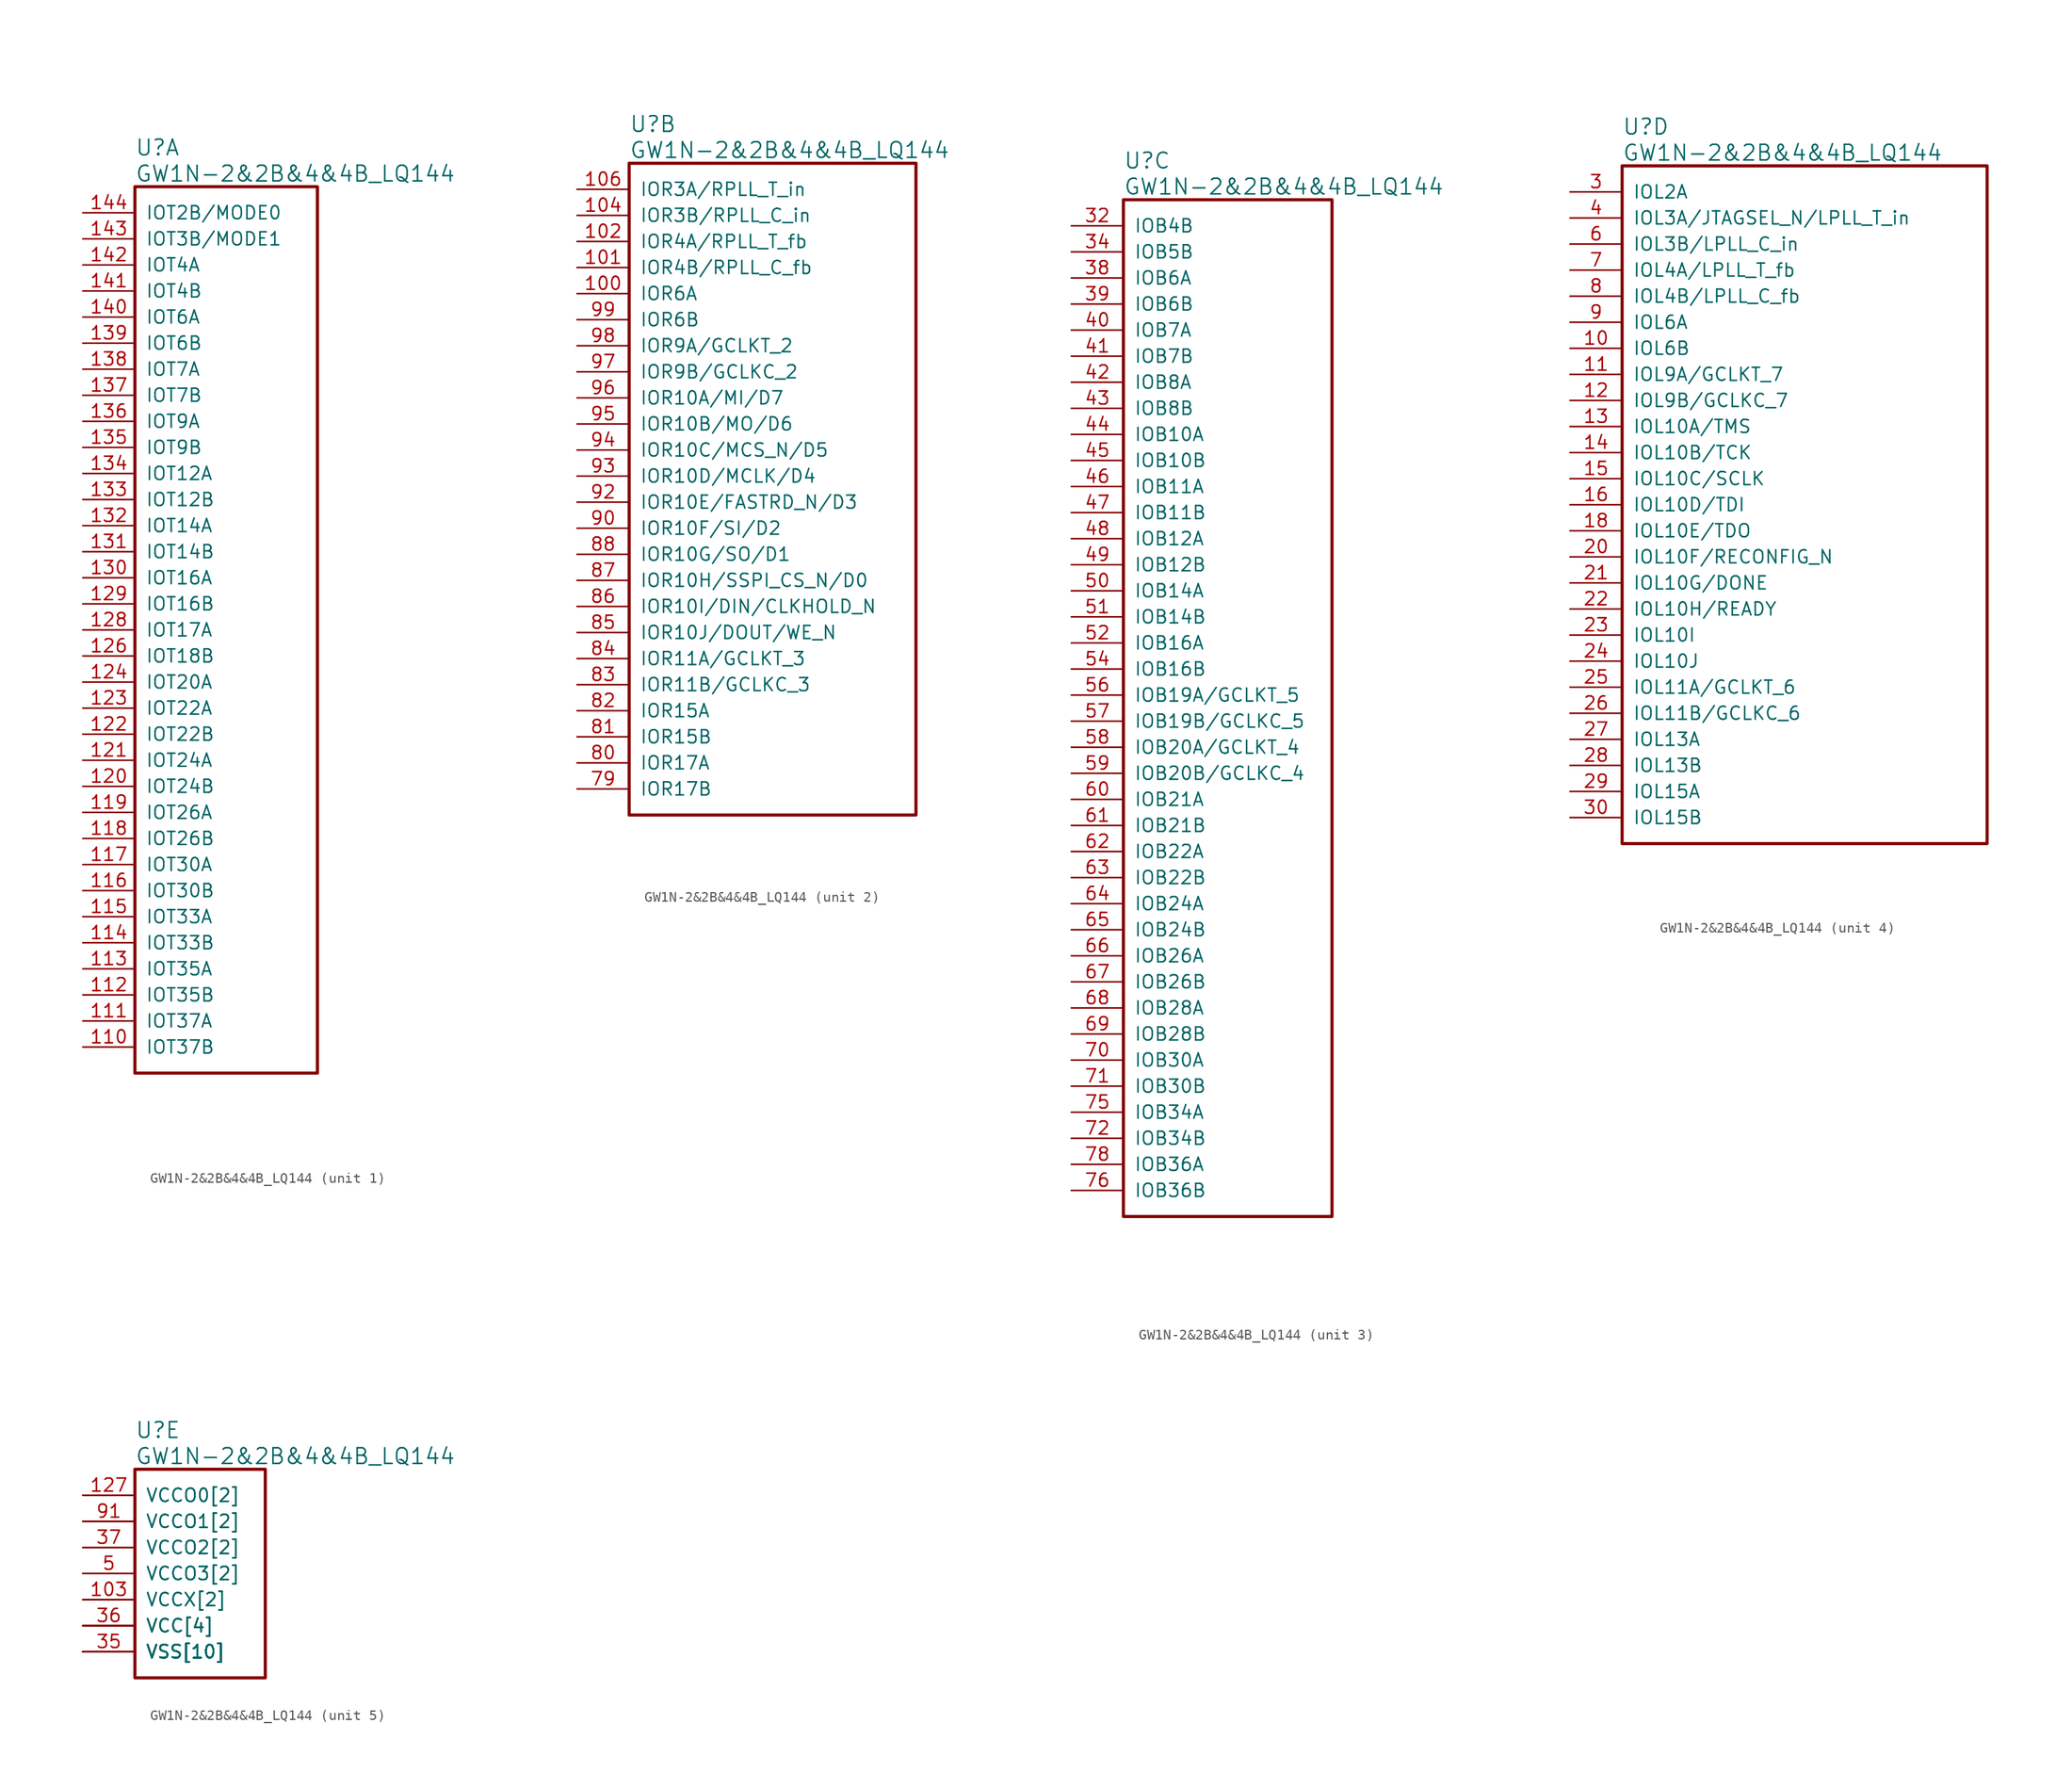
<source format=kicad_sym>
(kicad_symbol_lib
  (version 20211014)
  (generator kicad_symbol_editor)
  (symbol "GW1N-2&2B&4&4B_LQ144"
    (pin_names
      (offset 1.016))
    (property "Reference" "U"
      (at 5.08 6.35 0)
      (effects (font (size 1.524 1.524)) (justify left)))
    (property "Value" "GW1N-2&2B&4&4B_LQ144"
      (at 5.08 3.81 0)
      (effects (font (size 1.524 1.524)) (justify left)))
    (property "ki_locked" ""
      (at 0 0 0)
      (effects (font (size 1.27 1.27))))
    (symbol "GW1N-2&2B&4&4B_LQ144_1_1"
      (rectangle (start 5.08 2.54) (end 22.86 -83.82) (stroke (width 0.305) (type default) (color 0 0 0 0)) (fill (type none)))
      (pin bidirectional line (at 0 -81.28 0) (length 5.08) (name "IOT37B" (effects (font (size 1.27 1.27)))) (number "110" (effects (font (size 1.27 1.27)))))
      (pin bidirectional line (at 0 -78.74 0) (length 5.08) (name "IOT37A" (effects (font (size 1.27 1.27)))) (number "111" (effects (font (size 1.27 1.27)))))
      (pin bidirectional line (at 0 -76.2 0) (length 5.08) (name "IOT35B" (effects (font (size 1.27 1.27)))) (number "112" (effects (font (size 1.27 1.27)))))
      (pin bidirectional line (at 0 -73.66 0) (length 5.08) (name "IOT35A" (effects (font (size 1.27 1.27)))) (number "113" (effects (font (size 1.27 1.27)))))
      (pin bidirectional line (at 0 -71.12 0) (length 5.08) (name "IOT33B" (effects (font (size 1.27 1.27)))) (number "114" (effects (font (size 1.27 1.27)))))
      (pin bidirectional line (at 0 -68.58 0) (length 5.08) (name "IOT33A" (effects (font (size 1.27 1.27)))) (number "115" (effects (font (size 1.27 1.27)))))
      (pin bidirectional line (at 0 -66.04 0) (length 5.08) (name "IOT30B" (effects (font (size 1.27 1.27)))) (number "116" (effects (font (size 1.27 1.27)))))
      (pin bidirectional line (at 0 -63.5 0) (length 5.08) (name "IOT30A" (effects (font (size 1.27 1.27)))) (number "117" (effects (font (size 1.27 1.27)))))
      (pin bidirectional line (at 0 -60.96 0) (length 5.08) (name "IOT26B" (effects (font (size 1.27 1.27)))) (number "118" (effects (font (size 1.27 1.27)))))
      (pin bidirectional line (at 0 -58.42 0) (length 5.08) (name "IOT26A" (effects (font (size 1.27 1.27)))) (number "119" (effects (font (size 1.27 1.27)))))
      (pin bidirectional line (at 0 -55.88 0) (length 5.08) (name "IOT24B" (effects (font (size 1.27 1.27)))) (number "120" (effects (font (size 1.27 1.27)))))
      (pin bidirectional line (at 0 -53.34 0) (length 5.08) (name "IOT24A" (effects (font (size 1.27 1.27)))) (number "121" (effects (font (size 1.27 1.27)))))
      (pin bidirectional line (at 0 -50.8 0) (length 5.08) (name "IOT22B" (effects (font (size 1.27 1.27)))) (number "122" (effects (font (size 1.27 1.27)))))
      (pin bidirectional line (at 0 -48.26 0) (length 5.08) (name "IOT22A" (effects (font (size 1.27 1.27)))) (number "123" (effects (font (size 1.27 1.27)))))
      (pin bidirectional line (at 0 -45.72 0) (length 5.08) (name "IOT20A" (effects (font (size 1.27 1.27)))) (number "124" (effects (font (size 1.27 1.27)))))
      (pin bidirectional line (at 0 -43.18 0) (length 5.08) (name "IOT18B" (effects (font (size 1.27 1.27)))) (number "126" (effects (font (size 1.27 1.27)))))
      (pin bidirectional line (at 0 -40.64 0) (length 5.08) (name "IOT17A" (effects (font (size 1.27 1.27)))) (number "128" (effects (font (size 1.27 1.27)))))
      (pin bidirectional line (at 0 -38.1 0) (length 5.08) (name "IOT16B" (effects (font (size 1.27 1.27)))) (number "129" (effects (font (size 1.27 1.27)))))
      (pin bidirectional line (at 0 -35.56 0) (length 5.08) (name "IOT16A" (effects (font (size 1.27 1.27)))) (number "130" (effects (font (size 1.27 1.27)))))
      (pin bidirectional line (at 0 -33.02 0) (length 5.08) (name "IOT14B" (effects (font (size 1.27 1.27)))) (number "131" (effects (font (size 1.27 1.27)))))
      (pin bidirectional line (at 0 -30.48 0) (length 5.08) (name "IOT14A" (effects (font (size 1.27 1.27)))) (number "132" (effects (font (size 1.27 1.27)))))
      (pin bidirectional line (at 0 -27.94 0) (length 5.08) (name "IOT12B" (effects (font (size 1.27 1.27)))) (number "133" (effects (font (size 1.27 1.27)))))
      (pin bidirectional line (at 0 -25.4 0) (length 5.08) (name "IOT12A" (effects (font (size 1.27 1.27)))) (number "134" (effects (font (size 1.27 1.27)))))
      (pin bidirectional line (at 0 -22.86 0) (length 5.08) (name "IOT9B" (effects (font (size 1.27 1.27)))) (number "135" (effects (font (size 1.27 1.27)))))
      (pin bidirectional line (at 0 -20.32 0) (length 5.08) (name "IOT9A" (effects (font (size 1.27 1.27)))) (number "136" (effects (font (size 1.27 1.27)))))
      (pin bidirectional line (at 0 -17.78 0) (length 5.08) (name "IOT7B" (effects (font (size 1.27 1.27)))) (number "137" (effects (font (size 1.27 1.27)))))
      (pin bidirectional line (at 0 -15.24 0) (length 5.08) (name "IOT7A" (effects (font (size 1.27 1.27)))) (number "138" (effects (font (size 1.27 1.27)))))
      (pin bidirectional line (at 0 -12.7 0) (length 5.08) (name "IOT6B" (effects (font (size 1.27 1.27)))) (number "139" (effects (font (size 1.27 1.27)))))
      (pin bidirectional line (at 0 -10.16 0) (length 5.08) (name "IOT6A" (effects (font (size 1.27 1.27)))) (number "140" (effects (font (size 1.27 1.27)))))
      (pin bidirectional line (at 0 -7.62 0) (length 5.08) (name "IOT4B" (effects (font (size 1.27 1.27)))) (number "141" (effects (font (size 1.27 1.27)))))
      (pin bidirectional line (at 0 -5.08 0) (length 5.08) (name "IOT4A" (effects (font (size 1.27 1.27)))) (number "142" (effects (font (size 1.27 1.27)))))
      (pin bidirectional line (at 0 -2.54 0) (length 5.08) (name "IOT3B/MODE1" (effects (font (size 1.27 1.27)))) (number "143" (effects (font (size 1.27 1.27)))))
      (pin bidirectional line (at 0 0 0) (length 5.08) (name "IOT2B/MODE0" (effects (font (size 1.27 1.27)))) (number "144" (effects (font (size 1.27 1.27))))))
    (symbol "GW1N-2&2B&4&4B_LQ144_2_1"
      (rectangle (start 5.08 2.54) (end 33.02 -60.96) (stroke (width 0.305) (type default) (color 0 0 0 0)) (fill (type none)))
      (pin bidirectional line (at 0 -10.16 0) (length 5.08) (name "IOR6A" (effects (font (size 1.27 1.27)))) (number "100" (effects (font (size 1.27 1.27)))))
      (pin bidirectional line (at 0 -7.62 0) (length 5.08) (name "IOR4B/RPLL_C_fb" (effects (font (size 1.27 1.27)))) (number "101" (effects (font (size 1.27 1.27)))))
      (pin bidirectional line (at 0 -5.08 0) (length 5.08) (name "IOR4A/RPLL_T_fb" (effects (font (size 1.27 1.27)))) (number "102" (effects (font (size 1.27 1.27)))))
      (pin bidirectional line (at 0 -2.54 0) (length 5.08) (name "IOR3B/RPLL_C_in" (effects (font (size 1.27 1.27)))) (number "104" (effects (font (size 1.27 1.27)))))
      (pin bidirectional line (at 0 0 0) (length 5.08) (name "IOR3A/RPLL_T_in" (effects (font (size 1.27 1.27)))) (number "106" (effects (font (size 1.27 1.27)))))
      (pin bidirectional line (at 0 -58.42 0) (length 5.08) (name "IOR17B" (effects (font (size 1.27 1.27)))) (number "79" (effects (font (size 1.27 1.27)))))
      (pin bidirectional line (at 0 -55.88 0) (length 5.08) (name "IOR17A" (effects (font (size 1.27 1.27)))) (number "80" (effects (font (size 1.27 1.27)))))
      (pin bidirectional line (at 0 -53.34 0) (length 5.08) (name "IOR15B" (effects (font (size 1.27 1.27)))) (number "81" (effects (font (size 1.27 1.27)))))
      (pin bidirectional line (at 0 -50.8 0) (length 5.08) (name "IOR15A" (effects (font (size 1.27 1.27)))) (number "82" (effects (font (size 1.27 1.27)))))
      (pin bidirectional line (at 0 -48.26 0) (length 5.08) (name "IOR11B/GCLKC_3" (effects (font (size 1.27 1.27)))) (number "83" (effects (font (size 1.27 1.27)))))
      (pin bidirectional line (at 0 -45.72 0) (length 5.08) (name "IOR11A/GCLKT_3" (effects (font (size 1.27 1.27)))) (number "84" (effects (font (size 1.27 1.27)))))
      (pin bidirectional line (at 0 -43.18 0) (length 5.08) (name "IOR10J/DOUT/WE_N" (effects (font (size 1.27 1.27)))) (number "85" (effects (font (size 1.27 1.27)))))
      (pin bidirectional line (at 0 -40.64 0) (length 5.08) (name "IOR10I/DIN/CLKHOLD_N" (effects (font (size 1.27 1.27)))) (number "86" (effects (font (size 1.27 1.27)))))
      (pin bidirectional line (at 0 -38.1 0) (length 5.08) (name "IOR10H/SSPI_CS_N/D0" (effects (font (size 1.27 1.27)))) (number "87" (effects (font (size 1.27 1.27)))))
      (pin bidirectional line (at 0 -35.56 0) (length 5.08) (name "IOR10G/SO/D1" (effects (font (size 1.27 1.27)))) (number "88" (effects (font (size 1.27 1.27)))))
      (pin bidirectional line (at 0 -33.02 0) (length 5.08) (name "IOR10F/SI/D2" (effects (font (size 1.27 1.27)))) (number "90" (effects (font (size 1.27 1.27)))))
      (pin bidirectional line (at 0 -30.48 0) (length 5.08) (name "IOR10E/FASTRD_N/D3" (effects (font (size 1.27 1.27)))) (number "92" (effects (font (size 1.27 1.27)))))
      (pin bidirectional line (at 0 -27.94 0) (length 5.08) (name "IOR10D/MCLK/D4" (effects (font (size 1.27 1.27)))) (number "93" (effects (font (size 1.27 1.27)))))
      (pin bidirectional line (at 0 -25.4 0) (length 5.08) (name "IOR10C/MCS_N/D5" (effects (font (size 1.27 1.27)))) (number "94" (effects (font (size 1.27 1.27)))))
      (pin bidirectional line (at 0 -22.86 0) (length 5.08) (name "IOR10B/MO/D6" (effects (font (size 1.27 1.27)))) (number "95" (effects (font (size 1.27 1.27)))))
      (pin bidirectional line (at 0 -20.32 0) (length 5.08) (name "IOR10A/MI/D7" (effects (font (size 1.27 1.27)))) (number "96" (effects (font (size 1.27 1.27)))))
      (pin bidirectional line (at 0 -17.78 0) (length 5.08) (name "IOR9B/GCLKC_2" (effects (font (size 1.27 1.27)))) (number "97" (effects (font (size 1.27 1.27)))))
      (pin bidirectional line (at 0 -15.24 0) (length 5.08) (name "IOR9A/GCLKT_2" (effects (font (size 1.27 1.27)))) (number "98" (effects (font (size 1.27 1.27)))))
      (pin bidirectional line (at 0 -12.7 0) (length 5.08) (name "IOR6B" (effects (font (size 1.27 1.27)))) (number "99" (effects (font (size 1.27 1.27))))))
    (symbol "GW1N-2&2B&4&4B_LQ144_3_1"
      (rectangle (start 5.08 2.54) (end 25.4 -96.52) (stroke (width 0.305) (type default) (color 0 0 0 0)) (fill (type none)))
      (pin bidirectional line (at 0 0 0) (length 5.08) (name "IOB4B" (effects (font (size 1.27 1.27)))) (number "32" (effects (font (size 1.27 1.27)))))
      (pin bidirectional line (at 0 -2.54 0) (length 5.08) (name "IOB5B" (effects (font (size 1.27 1.27)))) (number "34" (effects (font (size 1.27 1.27)))))
      (pin bidirectional line (at 0 -5.08 0) (length 5.08) (name "IOB6A" (effects (font (size 1.27 1.27)))) (number "38" (effects (font (size 1.27 1.27)))))
      (pin bidirectional line (at 0 -7.62 0) (length 5.08) (name "IOB6B" (effects (font (size 1.27 1.27)))) (number "39" (effects (font (size 1.27 1.27)))))
      (pin bidirectional line (at 0 -10.16 0) (length 5.08) (name "IOB7A" (effects (font (size 1.27 1.27)))) (number "40" (effects (font (size 1.27 1.27)))))
      (pin bidirectional line (at 0 -12.7 0) (length 5.08) (name "IOB7B" (effects (font (size 1.27 1.27)))) (number "41" (effects (font (size 1.27 1.27)))))
      (pin bidirectional line (at 0 -15.24 0) (length 5.08) (name "IOB8A" (effects (font (size 1.27 1.27)))) (number "42" (effects (font (size 1.27 1.27)))))
      (pin bidirectional line (at 0 -17.78 0) (length 5.08) (name "IOB8B" (effects (font (size 1.27 1.27)))) (number "43" (effects (font (size 1.27 1.27)))))
      (pin bidirectional line (at 0 -20.32 0) (length 5.08) (name "IOB10A" (effects (font (size 1.27 1.27)))) (number "44" (effects (font (size 1.27 1.27)))))
      (pin bidirectional line (at 0 -22.86 0) (length 5.08) (name "IOB10B" (effects (font (size 1.27 1.27)))) (number "45" (effects (font (size 1.27 1.27)))))
      (pin bidirectional line (at 0 -25.4 0) (length 5.08) (name "IOB11A" (effects (font (size 1.27 1.27)))) (number "46" (effects (font (size 1.27 1.27)))))
      (pin bidirectional line (at 0 -27.94 0) (length 5.08) (name "IOB11B" (effects (font (size 1.27 1.27)))) (number "47" (effects (font (size 1.27 1.27)))))
      (pin bidirectional line (at 0 -30.48 0) (length 5.08) (name "IOB12A" (effects (font (size 1.27 1.27)))) (number "48" (effects (font (size 1.27 1.27)))))
      (pin bidirectional line (at 0 -33.02 0) (length 5.08) (name "IOB12B" (effects (font (size 1.27 1.27)))) (number "49" (effects (font (size 1.27 1.27)))))
      (pin bidirectional line (at 0 -35.56 0) (length 5.08) (name "IOB14A" (effects (font (size 1.27 1.27)))) (number "50" (effects (font (size 1.27 1.27)))))
      (pin bidirectional line (at 0 -38.1 0) (length 5.08) (name "IOB14B" (effects (font (size 1.27 1.27)))) (number "51" (effects (font (size 1.27 1.27)))))
      (pin bidirectional line (at 0 -40.64 0) (length 5.08) (name "IOB16A" (effects (font (size 1.27 1.27)))) (number "52" (effects (font (size 1.27 1.27)))))
      (pin bidirectional line (at 0 -43.18 0) (length 5.08) (name "IOB16B" (effects (font (size 1.27 1.27)))) (number "54" (effects (font (size 1.27 1.27)))))
      (pin bidirectional line (at 0 -45.72 0) (length 5.08) (name "IOB19A/GCLKT_5" (effects (font (size 1.27 1.27)))) (number "56" (effects (font (size 1.27 1.27)))))
      (pin bidirectional line (at 0 -48.26 0) (length 5.08) (name "IOB19B/GCLKC_5" (effects (font (size 1.27 1.27)))) (number "57" (effects (font (size 1.27 1.27)))))
      (pin bidirectional line (at 0 -50.8 0) (length 5.08) (name "IOB20A/GCLKT_4" (effects (font (size 1.27 1.27)))) (number "58" (effects (font (size 1.27 1.27)))))
      (pin bidirectional line (at 0 -53.34 0) (length 5.08) (name "IOB20B/GCLKC_4" (effects (font (size 1.27 1.27)))) (number "59" (effects (font (size 1.27 1.27)))))
      (pin bidirectional line (at 0 -55.88 0) (length 5.08) (name "IOB21A" (effects (font (size 1.27 1.27)))) (number "60" (effects (font (size 1.27 1.27)))))
      (pin bidirectional line (at 0 -58.42 0) (length 5.08) (name "IOB21B" (effects (font (size 1.27 1.27)))) (number "61" (effects (font (size 1.27 1.27)))))
      (pin bidirectional line (at 0 -60.96 0) (length 5.08) (name "IOB22A" (effects (font (size 1.27 1.27)))) (number "62" (effects (font (size 1.27 1.27)))))
      (pin bidirectional line (at 0 -63.5 0) (length 5.08) (name "IOB22B" (effects (font (size 1.27 1.27)))) (number "63" (effects (font (size 1.27 1.27)))))
      (pin bidirectional line (at 0 -66.04 0) (length 5.08) (name "IOB24A" (effects (font (size 1.27 1.27)))) (number "64" (effects (font (size 1.27 1.27)))))
      (pin bidirectional line (at 0 -68.58 0) (length 5.08) (name "IOB24B" (effects (font (size 1.27 1.27)))) (number "65" (effects (font (size 1.27 1.27)))))
      (pin bidirectional line (at 0 -71.12 0) (length 5.08) (name "IOB26A" (effects (font (size 1.27 1.27)))) (number "66" (effects (font (size 1.27 1.27)))))
      (pin bidirectional line (at 0 -73.66 0) (length 5.08) (name "IOB26B" (effects (font (size 1.27 1.27)))) (number "67" (effects (font (size 1.27 1.27)))))
      (pin bidirectional line (at 0 -76.2 0) (length 5.08) (name "IOB28A" (effects (font (size 1.27 1.27)))) (number "68" (effects (font (size 1.27 1.27)))))
      (pin bidirectional line (at 0 -78.74 0) (length 5.08) (name "IOB28B" (effects (font (size 1.27 1.27)))) (number "69" (effects (font (size 1.27 1.27)))))
      (pin bidirectional line (at 0 -81.28 0) (length 5.08) (name "IOB30A" (effects (font (size 1.27 1.27)))) (number "70" (effects (font (size 1.27 1.27)))))
      (pin bidirectional line (at 0 -83.82 0) (length 5.08) (name "IOB30B" (effects (font (size 1.27 1.27)))) (number "71" (effects (font (size 1.27 1.27)))))
      (pin bidirectional line (at 0 -88.9 0) (length 5.08) (name "IOB34B" (effects (font (size 1.27 1.27)))) (number "72" (effects (font (size 1.27 1.27)))))
      (pin bidirectional line (at 0 -86.36 0) (length 5.08) (name "IOB34A" (effects (font (size 1.27 1.27)))) (number "75" (effects (font (size 1.27 1.27)))))
      (pin bidirectional line (at 0 -93.98 0) (length 5.08) (name "IOB36B" (effects (font (size 1.27 1.27)))) (number "76" (effects (font (size 1.27 1.27)))))
      (pin bidirectional line (at 0 -91.44 0) (length 5.08) (name "IOB36A" (effects (font (size 1.27 1.27)))) (number "78" (effects (font (size 1.27 1.27))))))
    (symbol "GW1N-2&2B&4&4B_LQ144_4_1"
      (rectangle (start 5.08 2.54) (end 40.64 -63.5) (stroke (width 0.305) (type default) (color 0 0 0 0)) (fill (type none)))
      (pin bidirectional line (at 0 -15.24 0) (length 5.08) (name "IOL6B" (effects (font (size 1.27 1.27)))) (number "10" (effects (font (size 1.27 1.27)))))
      (pin bidirectional line (at 0 -17.78 0) (length 5.08) (name "IOL9A/GCLKT_7" (effects (font (size 1.27 1.27)))) (number "11" (effects (font (size 1.27 1.27)))))
      (pin bidirectional line (at 0 -20.32 0) (length 5.08) (name "IOL9B/GCLKC_7" (effects (font (size 1.27 1.27)))) (number "12" (effects (font (size 1.27 1.27)))))
      (pin bidirectional line (at 0 -22.86 0) (length 5.08) (name "IOL10A/TMS" (effects (font (size 1.27 1.27)))) (number "13" (effects (font (size 1.27 1.27)))))
      (pin bidirectional line (at 0 -25.4 0) (length 5.08) (name "IOL10B/TCK" (effects (font (size 1.27 1.27)))) (number "14" (effects (font (size 1.27 1.27)))))
      (pin bidirectional line (at 0 -27.94 0) (length 5.08) (name "IOL10C/SCLK" (effects (font (size 1.27 1.27)))) (number "15" (effects (font (size 1.27 1.27)))))
      (pin bidirectional line (at 0 -30.48 0) (length 5.08) (name "IOL10D/TDI" (effects (font (size 1.27 1.27)))) (number "16" (effects (font (size 1.27 1.27)))))
      (pin bidirectional line (at 0 -33.02 0) (length 5.08) (name "IOL10E/TDO" (effects (font (size 1.27 1.27)))) (number "18" (effects (font (size 1.27 1.27)))))
      (pin bidirectional line (at 0 -35.56 0) (length 5.08) (name "IOL10F/RECONFIG_N" (effects (font (size 1.27 1.27)))) (number "20" (effects (font (size 1.27 1.27)))))
      (pin bidirectional line (at 0 -38.1 0) (length 5.08) (name "IOL10G/DONE" (effects (font (size 1.27 1.27)))) (number "21" (effects (font (size 1.27 1.27)))))
      (pin bidirectional line (at 0 -40.64 0) (length 5.08) (name "IOL10H/READY" (effects (font (size 1.27 1.27)))) (number "22" (effects (font (size 1.27 1.27)))))
      (pin bidirectional line (at 0 -43.18 0) (length 5.08) (name "IOL10I" (effects (font (size 1.27 1.27)))) (number "23" (effects (font (size 1.27 1.27)))))
      (pin bidirectional line (at 0 -45.72 0) (length 5.08) (name "IOL10J" (effects (font (size 1.27 1.27)))) (number "24" (effects (font (size 1.27 1.27)))))
      (pin bidirectional line (at 0 -48.26 0) (length 5.08) (name "IOL11A/GCLKT_6" (effects (font (size 1.27 1.27)))) (number "25" (effects (font (size 1.27 1.27)))))
      (pin bidirectional line (at 0 -50.8 0) (length 5.08) (name "IOL11B/GCLKC_6" (effects (font (size 1.27 1.27)))) (number "26" (effects (font (size 1.27 1.27)))))
      (pin bidirectional line (at 0 -53.34 0) (length 5.08) (name "IOL13A" (effects (font (size 1.27 1.27)))) (number "27" (effects (font (size 1.27 1.27)))))
      (pin bidirectional line (at 0 -55.88 0) (length 5.08) (name "IOL13B" (effects (font (size 1.27 1.27)))) (number "28" (effects (font (size 1.27 1.27)))))
      (pin bidirectional line (at 0 -58.42 0) (length 5.08) (name "IOL15A" (effects (font (size 1.27 1.27)))) (number "29" (effects (font (size 1.27 1.27)))))
      (pin bidirectional line (at 0 0 0) (length 5.08) (name "IOL2A" (effects (font (size 1.27 1.27)))) (number "3" (effects (font (size 1.27 1.27)))))
      (pin bidirectional line (at 0 -60.96 0) (length 5.08) (name "IOL15B" (effects (font (size 1.27 1.27)))) (number "30" (effects (font (size 1.27 1.27)))))
      (pin bidirectional line (at 0 -2.54 0) (length 5.08) (name "IOL3A/JTAGSEL_N/LPLL_T_in" (effects (font (size 1.27 1.27)))) (number "4" (effects (font (size 1.27 1.27)))))
      (pin bidirectional line (at 0 -5.08 0) (length 5.08) (name "IOL3B/LPLL_C_in" (effects (font (size 1.27 1.27)))) (number "6" (effects (font (size 1.27 1.27)))))
      (pin bidirectional line (at 0 -7.62 0) (length 5.08) (name "IOL4A/LPLL_T_fb" (effects (font (size 1.27 1.27)))) (number "7" (effects (font (size 1.27 1.27)))))
      (pin bidirectional line (at 0 -10.16 0) (length 5.08) (name "IOL4B/LPLL_C_fb" (effects (font (size 1.27 1.27)))) (number "8" (effects (font (size 1.27 1.27)))))
      (pin bidirectional line (at 0 -12.7 0) (length 5.08) (name "IOL6A" (effects (font (size 1.27 1.27)))) (number "9" (effects (font (size 1.27 1.27))))))
    (symbol "GW1N-2&2B&4&4B_LQ144_5_1"
      (rectangle (start 5.08 2.54) (end 17.78 -17.78) (stroke (width 0.305) (type default) (color 0 0 0 0)) (fill (type none)))
      (pin power_in line (at 0 -12.7 0) (length 5.08) (name "VCC[4]" (effects (font (size 1.27 1.27)))) (number "1" (effects (font (size 0 0)))))
      (pin power_in line (at 0 -10.16 0) (length 5.08) (name "VCCX[2]" (effects (font (size 1.27 1.27)))) (number "103" (effects (font (size 1.27 1.27)))))
      (pin power_in line (at 0 -15.24 0) (length 5.08) (name "VSS[10]" (effects (font (size 1.27 1.27)))) (number "105" (effects (font (size 0 0)))))
      (pin power_in line (at 0 -15.24 0) (length 5.08) (name "VSS[10]" (effects (font (size 1.27 1.27)))) (number "107" (effects (font (size 0 0)))))
      (pin power_in line (at 0 -12.7 0) (length 5.08) (name "VCC[4]" (effects (font (size 1.27 1.27)))) (number "108" (effects (font (size 0 0)))))
      (pin power_in line (at 0 0 0) (length 5.08) (name "VCCO0[2]" (effects (font (size 1.27 1.27)))) (number "109" (effects (font (size 0 0)))))
      (pin power_in line (at 0 -15.24 0) (length 5.08) (name "VSS[10]" (effects (font (size 1.27 1.27)))) (number "125" (effects (font (size 0 0)))))
      (pin power_in line (at 0 0 0) (length 5.08) (name "VCCO0[2]" (effects (font (size 1.27 1.27)))) (number "127" (effects (font (size 1.27 1.27)))))
      (pin power_in line (at 0 -15.24 0) (length 5.08) (name "VSS[10]" (effects (font (size 1.27 1.27)))) (number "17" (effects (font (size 0 0)))))
      (pin power_in line (at 0 -7.62 0) (length 5.08) (name "VCCO3[2]" (effects (font (size 1.27 1.27)))) (number "19" (effects (font (size 0 0)))))
      (pin power_in line (at 0 -15.24 0) (length 5.08) (name "VSS[10]" (effects (font (size 1.27 1.27)))) (number "2" (effects (font (size 0 0)))))
      (pin power_in line (at 0 -10.16 0) (length 5.08) (name "VCCX[2]" (effects (font (size 1.27 1.27)))) (number "31" (effects (font (size 0 0)))))
      (pin power_in line (at 0 -15.24 0) (length 5.08) (name "VSS[10]" (effects (font (size 1.27 1.27)))) (number "33" (effects (font (size 0 0)))))
      (pin power_in line (at 0 -15.24 0) (length 5.08) (name "VSS[10]" (effects (font (size 1.27 1.27)))) (number "35" (effects (font (size 1.27 1.27)))))
      (pin power_in line (at 0 -12.7 0) (length 5.08) (name "VCC[4]" (effects (font (size 1.27 1.27)))) (number "36" (effects (font (size 1.27 1.27)))))
      (pin power_in line (at 0 -5.08 0) (length 5.08) (name "VCCO2[2]" (effects (font (size 1.27 1.27)))) (number "37" (effects (font (size 1.27 1.27)))))
      (pin power_in line (at 0 -7.62 0) (length 5.08) (name "VCCO3[2]" (effects (font (size 1.27 1.27)))) (number "5" (effects (font (size 1.27 1.27)))))
      (pin power_in line (at 0 -15.24 0) (length 5.08) (name "VSS[10]" (effects (font (size 1.27 1.27)))) (number "53" (effects (font (size 0 0)))))
      (pin power_in line (at 0 -5.08 0) (length 5.08) (name "VCCO2[2]" (effects (font (size 1.27 1.27)))) (number "55" (effects (font (size 0 0)))))
      (pin power_in line (at 0 -12.7 0) (length 5.08) (name "VCC[4]" (effects (font (size 1.27 1.27)))) (number "73" (effects (font (size 0 0)))))
      (pin power_in line (at 0 -15.24 0) (length 5.08) (name "VSS[10]" (effects (font (size 1.27 1.27)))) (number "74" (effects (font (size 0 0)))))
      (pin power_in line (at 0 -2.54 0) (length 5.08) (name "VCCO1[2]" (effects (font (size 1.27 1.27)))) (number "77" (effects (font (size 0 0)))))
      (pin power_in line (at 0 -15.24 0) (length 5.08) (name "VSS[10]" (effects (font (size 1.27 1.27)))) (number "89" (effects (font (size 0 0)))))
      (pin power_in line (at 0 -2.54 0) (length 5.08) (name "VCCO1[2]" (effects (font (size 1.27 1.27)))) (number "91" (effects (font (size 1.27 1.27))))))))
</source>
